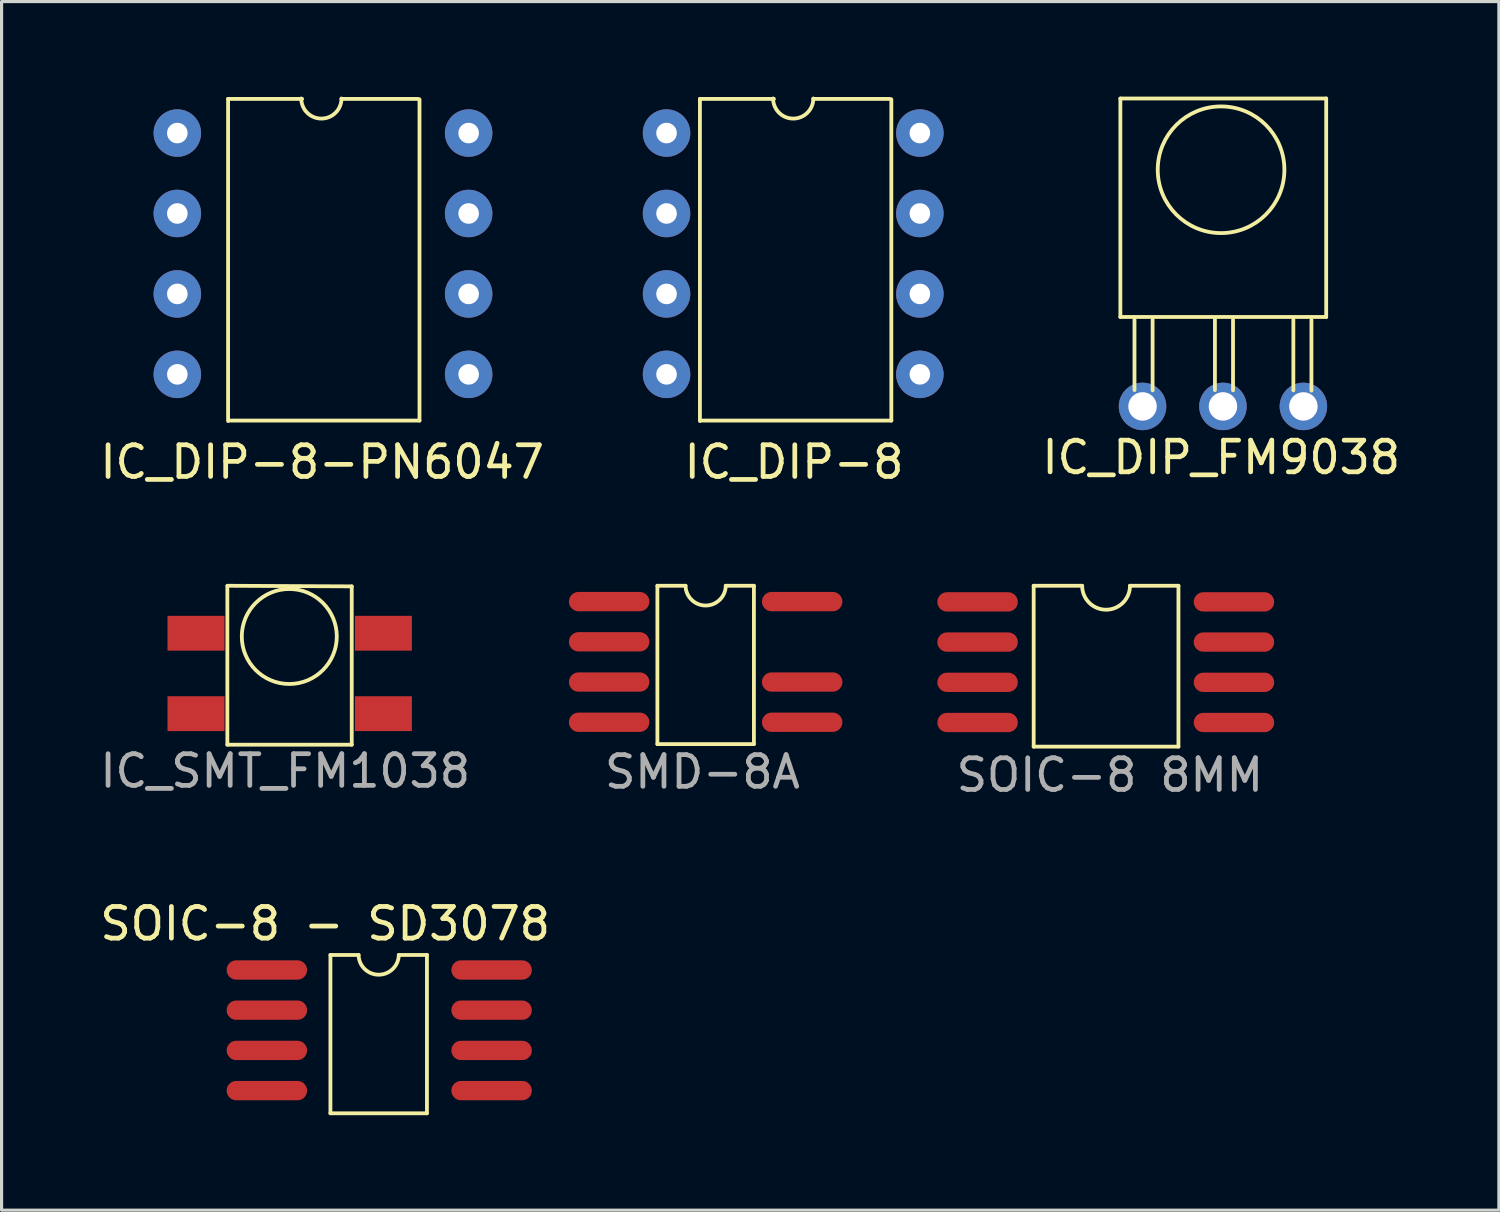
<source format=kicad_pcb>
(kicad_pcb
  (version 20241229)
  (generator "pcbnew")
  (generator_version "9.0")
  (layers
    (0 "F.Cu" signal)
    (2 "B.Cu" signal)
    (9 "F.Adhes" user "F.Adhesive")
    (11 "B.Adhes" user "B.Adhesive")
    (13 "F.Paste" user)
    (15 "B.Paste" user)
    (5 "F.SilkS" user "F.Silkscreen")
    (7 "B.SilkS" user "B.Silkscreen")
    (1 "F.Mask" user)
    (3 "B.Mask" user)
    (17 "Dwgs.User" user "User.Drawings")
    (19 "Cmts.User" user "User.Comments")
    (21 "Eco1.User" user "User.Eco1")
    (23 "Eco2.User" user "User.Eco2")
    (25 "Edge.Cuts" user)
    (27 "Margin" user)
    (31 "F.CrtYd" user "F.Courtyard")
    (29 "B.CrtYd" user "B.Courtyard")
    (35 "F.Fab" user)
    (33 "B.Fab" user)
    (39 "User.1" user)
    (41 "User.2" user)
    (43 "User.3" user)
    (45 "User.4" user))
  (footprint "IC_DIP-8-PN6047"
    (layer "F.Cu")
    (at 7.15 4.937)
    (property "Reference" "IC_DIP-8-PN6047" (at -0.025 6.604 0) (layer "F.SilkS") (effects (font (size 1 1) (thickness 0.15))))
    (attr smd)
    (fp_line (start -2.997 -4.864) (end -2.997 5.309) (stroke (width 0.12) (type solid)) (layer "F.SilkS"))
    (fp_line (start -2.997 -4.864) (end -0.66 -4.864) (stroke (width 0.12) (type solid)) (layer "F.SilkS"))
    (fp_line (start -2.972 5.295) (end 3.048 5.295) (stroke (width 0.12) (type solid)) (layer "F.SilkS"))
    (fp_line (start 0.584 -4.864) (end 2.997 -4.864) (stroke (width 0.12) (type solid)) (layer "F.SilkS"))
    (fp_line (start 3.048 -4.851) (end 3.048 5.295) (stroke (width 0.12) (type solid)) (layer "F.SilkS"))
    (fp_arc (start 0.5842 -4.8768) (mid -0.0508 -4.2418) (end -0.6858 -4.8768) (stroke (width 0.12) (type solid)) (layer "F.SilkS"))
    (pad "1" thru_hole circle (at -4.6 -3.785 90) (size 1.5 1.5) (drill 0.65) (layers "*.Cu" "*.Mask"))
    (pad "2" thru_hole circle (at -4.6 -1.245 90) (size 1.5 1.5) (drill 0.65) (layers "*.Cu" "*.Mask"))
    (pad "3" thru_hole circle (at -4.6 1.295 90) (size 1.5 1.5) (drill 0.65) (layers "*.Cu" "*.Mask"))
    (pad "4" thru_hole circle (at -4.6 3.835 90) (size 1.5 1.5) (drill 0.65) (layers "*.Cu" "*.Mask"))
    (pad "5" thru_hole circle (at 4.6 3.835 90) (size 1.5 1.5) (drill 0.65) (layers "*.Cu" "*.Mask"))
    (pad "6" thru_hole circle (at 4.6 1.295 90) (size 1.5 1.5) (drill 0.65) (layers "*.Cu" "*.Mask"))
    (pad "7" thru_hole circle (at 4.6 -1.245 90) (size 1.5 1.5) (drill 0.65) (layers "*.Cu" "*.Mask"))
    (pad "8" thru_hole circle (at 4.6 -3.785 90) (size 1.5 1.5) (drill 0.65) (layers "*.Cu" "*.Mask")))
  (footprint "SOIC-8 - SD3078"
    (layer "F.Cu")
    (at 8.363 29.551)
    (property "Reference" "SOIC-8 - SD3078" (at -1.143 -3.429 0) (layer "F.SilkS") (effects (font (size 1 1) (thickness 0.15))))
    (attr smd)
    (fp_line (start -0.978 -2.443) (end -0.978 2.557) (stroke (width 0.12) (type solid)) (layer "F.SilkS"))
    (fp_line (start -0.978 -2.443) (end -0.089 -2.443) (stroke (width 0.12) (type solid)) (layer "F.SilkS"))
    (fp_line (start -0.978 2.557) (end 2.07 2.557) (stroke (width 0.12) (type solid)) (layer "F.SilkS"))
    (fp_line (start 1.181 -2.443) (end 2.07 -2.443) (stroke (width 0.12) (type solid)) (layer "F.SilkS"))
    (fp_line (start 2.07 -2.443) (end 2.07 2.557) (stroke (width 0.12) (type solid)) (layer "F.SilkS"))
    (fp_arc (start 1.1811 -2.4431) (mid 0.5461 -1.81605) (end -0.0889 -2.4431) (stroke (width 0.12) (type solid)) (layer "F.SilkS"))
    (pad "1" smd oval (at -2.985 -1.968 90) (size 0.61 2.54) (layers "F.Cu" "F.Mask" "F.Paste"))
    (pad "2" smd oval (at -2.985 -0.699 90) (size 0.61 2.54) (layers "F.Cu" "F.Mask" "F.Paste"))
    (pad "3" smd oval (at -2.985 0.572 90) (size 0.61 2.54) (layers "F.Cu" "F.Mask" "F.Paste"))
    (pad "4" smd oval (at -2.985 1.841 90) (size 0.61 2.54) (layers "F.Cu" "F.Mask" "F.Paste"))
    (pad "5" smd oval (at 4.112 1.841 90) (size 0.61 2.54) (layers "F.Cu" "F.Mask" "F.Paste"))
    (pad "6" smd oval (at 4.112 0.572 90) (size 0.61 2.54) (layers "F.Cu" "F.Mask" "F.Paste"))
    (pad "7" smd oval (at 4.112 -0.699 90) (size 0.61 2.54) (layers "F.Cu" "F.Mask" "F.Paste"))
    (pad "8" smd oval (at 4.112 -1.968 90) (size 0.61 2.54) (layers "F.Cu" "F.Mask" "F.Paste")))
  (footprint "SMD-8A"
    (layer "F.Cu")
    (at 19.108 17.727)
    (property "Reference" "SMD-8A" (at 0.025 3.6 0) (layer "F.Fab") (effects (font (size 1 1) (thickness 0.15))))
    (attr smd)
    (fp_line (start -1.397 -2.278) (end -1.397 2.722) (stroke (width 0.12) (type solid)) (layer "F.SilkS"))
    (fp_line (start -1.397 -2.278) (end -0.508 -2.278) (stroke (width 0.12) (type solid)) (layer "F.SilkS"))
    (fp_line (start -1.397 2.722) (end 1.651 2.722) (stroke (width 0.12) (type solid)) (layer "F.SilkS"))
    (fp_line (start 0.762 -2.278) (end 1.651 -2.278) (stroke (width 0.12) (type solid)) (layer "F.SilkS"))
    (fp_line (start 1.651 -2.278) (end 1.651 2.722) (stroke (width 0.12) (type solid)) (layer "F.SilkS"))
    (fp_arc (start 0.762 -2.278) (mid 0.127 -1.65095) (end -0.508 -2.278) (stroke (width 0.12) (type solid)) (layer "F.SilkS"))
    (pad "1" smd oval (at -2.921 -1.778 90) (size 0.61 2.54) (layers "F.Cu" "F.Mask" "F.Paste"))
    (pad "2" smd oval (at -2.921 -0.508 90) (size 0.61 2.54) (layers "F.Cu" "F.Mask" "F.Paste"))
    (pad "3" smd oval (at -2.921 0.762 90) (size 0.61 2.54) (layers "F.Cu" "F.Mask" "F.Paste"))
    (pad "4" smd oval (at -2.921 2.032 90) (size 0.61 2.54) (layers "F.Cu" "F.Mask" "F.Paste"))
    (pad "5" smd oval (at 3.175 2.032 90) (size 0.61 2.54) (layers "F.Cu" "F.Mask" "F.Paste"))
    (pad "6" smd oval (at 3.175 0.762 90) (size 0.61 2.54) (layers "F.Cu" "F.Mask" "F.Paste"))
    (pad "7" smd oval (at 3.175 -1.778 90) (size 0.61 2.54) (layers "F.Cu" "F.Mask" "F.Paste")))
  (footprint "IC_SMT_FM1038"
    (layer "F.Cu")
    (at 6.01 17.71)
    (property "Reference" "IC_SMT_FM1038" (at -0.052 3.588 0) (layer "F.Fab") (effects (font (size 1 1) (thickness 0.15))))
    (attr smd)
    (fp_line (start -1.88 -2.261) (end 2.048 -2.242) (stroke (width 0.12) (type solid)) (layer "F.SilkS"))
    (fp_line (start -1.88 -2.242) (end -1.88 2.758) (stroke (width 0.12) (type solid)) (layer "F.SilkS"))
    (fp_line (start -1.88 2.758) (end 2.048 2.758) (stroke (width 0.12) (type solid)) (layer "F.SilkS"))
    (fp_line (start 2.048 -2.242) (end 2.048 2.758) (stroke (width 0.12) (type solid)) (layer "F.SilkS"))
    (fp_circle (center 0.076 -0.659) (end 1.576 -0.659) (stroke (width 0.12) (type solid)) (fill no) (layer "F.SilkS"))
    (pad "1" smd rect (at -2.87 1.778) (size 1.8 1.1) (layers "F.Cu" "F.Mask" "F.Paste"))
    (pad "2" smd rect (at 3.048 1.778) (size 1.8 1.1) (layers "F.Cu" "F.Mask" "F.Paste"))
    (pad "3" smd rect (at 3.048 -0.762) (size 1.8 1.1) (layers "F.Cu" "F.Mask" "F.Paste"))
    (pad "4" smd rect (at -2.87 -0.762) (size 1.8 1.1) (layers "F.Cu" "F.Mask" "F.Paste")))
  (footprint "IC_DIP-8"
    (layer "F.Cu")
    (at 22.051 4.937)
    (property "Reference" "IC_DIP-8" (at -0.025 6.604 0) (layer "F.SilkS") (effects (font (size 1 1) (thickness 0.15))))
    (attr smd)
    (fp_line (start -2.997 -4.864) (end -2.997 5.309) (stroke (width 0.12) (type solid)) (layer "F.SilkS"))
    (fp_line (start -2.997 -4.864) (end -0.66 -4.864) (stroke (width 0.12) (type solid)) (layer "F.SilkS"))
    (fp_line (start -2.972 5.295) (end 3.048 5.295) (stroke (width 0.12) (type solid)) (layer "F.SilkS"))
    (fp_line (start 0.584 -4.864) (end 2.997 -4.864) (stroke (width 0.12) (type solid)) (layer "F.SilkS"))
    (fp_line (start 3.048 -4.851) (end 3.048 5.295) (stroke (width 0.12) (type solid)) (layer "F.SilkS"))
    (fp_arc (start 0.5842 -4.8768) (mid -0.0508 -4.2418) (end -0.6858 -4.8768) (stroke (width 0.12) (type solid)) (layer "F.SilkS"))
    (pad "1" thru_hole circle (at -4.051 -3.785 90) (size 1.5 1.5) (drill 0.65) (layers "*.Cu" "*.Mask"))
    (pad "2" thru_hole circle (at -4.051 -1.245 90) (size 1.5 1.5) (drill 0.65) (layers "*.Cu" "*.Mask"))
    (pad "3" thru_hole circle (at -4.051 1.295 90) (size 1.5 1.5) (drill 0.65) (layers "*.Cu" "*.Mask"))
    (pad "4" thru_hole circle (at -4.051 3.835 90) (size 1.5 1.5) (drill 0.65) (layers "*.Cu" "*.Mask"))
    (pad "5" thru_hole circle (at 3.949 3.835 90) (size 1.5 1.5) (drill 0.65) (layers "*.Cu" "*.Mask"))
    (pad "6" thru_hole circle (at 3.949 1.295 90) (size 1.5 1.5) (drill 0.65) (layers "*.Cu" "*.Mask"))
    (pad "7" thru_hole circle (at 3.949 -1.245 90) (size 1.5 1.5) (drill 0.65) (layers "*.Cu" "*.Mask"))
    (pad "8" thru_hole circle (at 3.949 -3.785 90) (size 1.5 1.5) (drill 0.65) (layers "*.Cu" "*.Mask")))
  (footprint "SOIC-8 8MM"
    (layer "F.Cu")
    (at 31.601 17.926)
    (property "Reference" "SOIC-8 8MM" (at 0.4 3.5 0) (layer "F.Fab") (effects (font (size 1 1) (thickness 0.15))))
    (attr smd)
    (fp_line (start -2.007 -2.477) (end -2.007 2.603) (stroke (width 0.12) (type solid)) (layer "F.SilkS"))
    (fp_line (start -2.007 -2.477) (end -0.476 -2.477) (stroke (width 0.12) (type solid)) (layer "F.SilkS"))
    (fp_line (start -2.007 2.603) (end 2.565 2.603) (stroke (width 0.12) (type solid)) (layer "F.SilkS"))
    (fp_line (start 1.034 -2.477) (end 2.565 -2.477) (stroke (width 0.12) (type solid)) (layer "F.SilkS"))
    (fp_line (start 2.565 -2.477) (end 2.565 2.603) (stroke (width 0.12) (type solid)) (layer "F.SilkS"))
    (fp_arc (start 1.0348 -2.4765) (mid 0.2794 -1.7211) (end -0.476 -2.4765) (stroke (width 0.12) (type solid)) (layer "F.SilkS"))
    (pad "1" smd oval (at -3.778 -1.968 90) (size 0.61 2.54) (layers "F.Cu" "F.Mask" "F.Paste"))
    (pad "2" smd oval (at -3.778 -0.699 90) (size 0.61 2.54) (layers "F.Cu" "F.Mask" "F.Paste"))
    (pad "3" smd oval (at -3.778 0.572 90) (size 0.61 2.54) (layers "F.Cu" "F.Mask" "F.Paste"))
    (pad "4" smd oval (at -3.778 1.841 90) (size 0.61 2.54) (layers "F.Cu" "F.Mask" "F.Paste"))
    (pad "5" smd oval (at 4.318 1.841 90) (size 0.61 2.54) (layers "F.Cu" "F.Mask" "F.Paste"))
    (pad "6" smd oval (at 4.318 0.572 90) (size 0.61 2.54) (layers "F.Cu" "F.Mask" "F.Paste"))
    (pad "7" smd oval (at 4.318 -0.699 90) (size 0.61 2.54) (layers "F.Cu" "F.Mask" "F.Paste"))
    (pad "8" smd oval (at 4.318 -1.968 90) (size 0.61 2.54) (layers "F.Cu" "F.Mask" "F.Paste")))
  (footprint "IC_DIP_FM9038"
    (layer "F.Cu")
    (at 35.318 4.896)
    (property "Reference" "IC_DIP_FM9038" (at 0.2 6.5 0) (layer "F.SilkS") (effects (font (size 1 1) (thickness 0.15))))
    (attr smd)
    (fp_line (start -2.986 2.064) (end -2.986 -4.835) (stroke (width 0.12) (type solid)) (layer "F.SilkS"))
    (fp_line (start -2.54 4.373) (end -2.54 2.143) (stroke (width 0.12) (type solid)) (layer "F.SilkS"))
    (fp_line (start -1.968 4.381) (end -1.968 2.151) (stroke (width 0.12) (type solid)) (layer "F.SilkS"))
    (fp_line (start 0 4.373) (end 0 2.143) (stroke (width 0.12) (type solid)) (layer "F.SilkS"))
    (fp_line (start 0.572 4.381) (end 0.572 2.151) (stroke (width 0.12) (type solid)) (layer "F.SilkS"))
    (fp_line (start 2.477 4.381) (end 2.477 2.151) (stroke (width 0.12) (type solid)) (layer "F.SilkS"))
    (fp_line (start 3.048 4.389) (end 3.048 2.159) (stroke (width 0.12) (type solid)) (layer "F.SilkS"))
    (fp_line (start 3.514 -4.835) (end -2.986 -4.835) (stroke (width 0.12) (type solid)) (layer "F.SilkS"))
    (fp_line (start 3.514 -4.835) (end 3.514 2.064) (stroke (width 0.12) (type solid)) (layer "F.SilkS"))
    (fp_line (start 3.514 2.064) (end -2.986 2.064) (stroke (width 0.12) (type solid)) (layer "F.SilkS"))
    (fp_circle (center 0.194 -2.585) (end 0.194 -0.585) (stroke (width 0.12) (type solid)) (fill no) (layer "F.SilkS"))
    (pad "1" thru_hole circle (at 2.794 4.889) (size 1.5 1.5) (drill 0.9) (layers "*.Cu" "*.Paste" "*.Mask"))
    (pad "2" thru_hole circle (at 0.254 4.889) (size 1.5 1.5) (drill 0.9) (layers "*.Cu" "*.Paste" "*.Mask"))
    (pad "3" thru_hole circle (at -2.286 4.889) (size 1.5 1.5) (drill 0.9) (layers "*.Cu" "*.Paste" "*.Mask")))
  (gr_rect
    (start -3 -3)
    (end 44.286 35.168)
    (stroke (width 0.1) (type default))
    (fill no)
    (layer "Edge.Cuts")))
</source>
